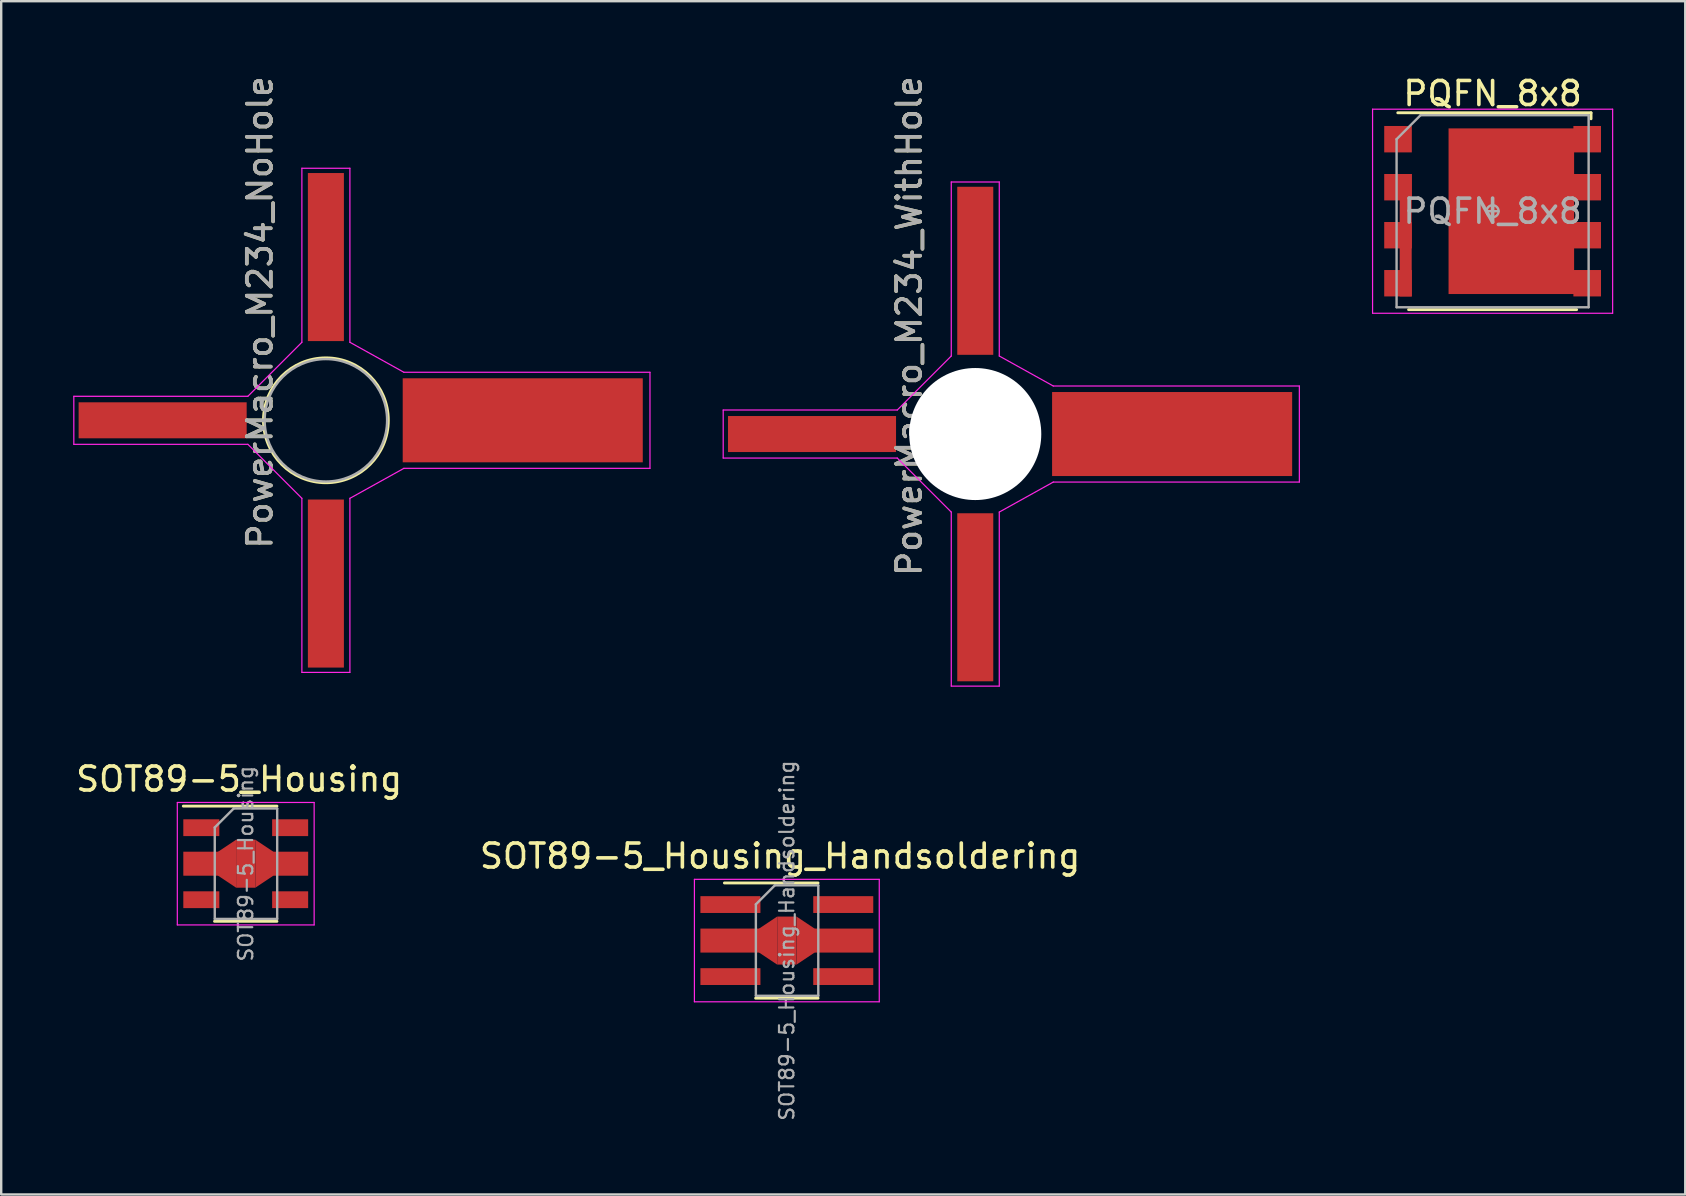
<source format=kicad_pcb>
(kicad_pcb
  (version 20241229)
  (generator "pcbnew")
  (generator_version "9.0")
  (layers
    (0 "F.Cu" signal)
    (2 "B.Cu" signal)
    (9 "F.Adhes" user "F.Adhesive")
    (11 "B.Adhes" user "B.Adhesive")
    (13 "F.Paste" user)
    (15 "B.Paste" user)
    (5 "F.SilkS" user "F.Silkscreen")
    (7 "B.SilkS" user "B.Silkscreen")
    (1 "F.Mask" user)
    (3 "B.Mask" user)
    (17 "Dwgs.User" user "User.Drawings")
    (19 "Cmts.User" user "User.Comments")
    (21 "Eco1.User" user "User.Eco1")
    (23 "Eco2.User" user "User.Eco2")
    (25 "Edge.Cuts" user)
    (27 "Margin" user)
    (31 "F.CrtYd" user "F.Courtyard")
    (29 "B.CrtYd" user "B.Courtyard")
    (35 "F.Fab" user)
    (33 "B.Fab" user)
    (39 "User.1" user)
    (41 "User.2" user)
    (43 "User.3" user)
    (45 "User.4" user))
  (footprint "PQFN_8x8"
    (layer "F.Cu")
    (at 59.125 5.748)
    (property "Reference" "PQFN_8x8" (at 0 -4.9 0) (layer "F.SilkS") (effects (font (size 1 1) (thickness 0.15))))
    (attr smd)
    (fp_line (start 3.5 4.1) (end -3.5 4.1) (stroke (width 0.12) (type solid)) (layer "F.SilkS"))
    (fp_line (start 4.1 -4.1) (end -3.95 -4.1) (stroke (width 0.12) (type solid)) (layer "F.SilkS"))
    (fp_line (start 4.1 -3.85) (end 4.1 -4.1) (stroke (width 0.12) (type solid)) (layer "F.SilkS"))
    (fp_line (start -5 -4.25) (end 5 -4.25) (stroke (width 0.05) (type solid)) (layer "F.CrtYd"))
    (fp_line (start -5 4.25) (end -5 -4.25) (stroke (width 0.05) (type solid)) (layer "F.CrtYd"))
    (fp_line (start 5 -4.25) (end 5 4.25) (stroke (width 0.05) (type solid)) (layer "F.CrtYd"))
    (fp_line (start 5 4.25) (end -5 4.25) (stroke (width 0.05) (type solid)) (layer "F.CrtYd"))
    (fp_line (start -4 4) (end -4 -3) (stroke (width 0.1) (type solid)) (layer "F.Fab"))
    (fp_line (start -3 -4) (end -4 -3) (stroke (width 0.1) (type solid)) (layer "F.Fab"))
    (fp_line (start -3 -4) (end 4 -4) (stroke (width 0.1) (type solid)) (layer "F.Fab"))
    (fp_line (start 0 0.25) (end 0 -0.25) (stroke (width 0.1) (type solid)) (layer "F.Fab"))
    (fp_line (start 0.25 0) (end -0.25 0) (stroke (width 0.1) (type solid)) (layer "F.Fab"))
    (fp_line (start 4 -4) (end 4 4) (stroke (width 0.1) (type solid)) (layer "F.Fab"))
    (fp_line (start 4 4) (end -4 4) (stroke (width 0.1) (type solid)) (layer "F.Fab"))
    (fp_circle (center 0 0) (end 0 0.25) (stroke (width 0.1) (type solid)) (fill no) (layer "F.Fab"))
    (fp_text user "${REFERENCE}" (at 0 0 0) (layer "F.Fab") (effects (font (size 1 1) (thickness 0.15))))
    (pad "1" smd rect (at -3.94 -3 270) (size 1.1 1.15) (layers "F.Cu" "F.Mask" "F.Paste"))
    (pad "2" smd rect (at -3.94 -1 270) (size 1.1 1.15) (layers "F.Cu" "F.Mask" "F.Paste"))
    (pad "2" smd rect (at -3.94 1 270) (size 1.1 1.15) (layers "F.Cu" "F.Mask" "F.Paste"))
    (pad "2" smd rect (at -3.94 3 270) (size 1.1 1.15) (layers "F.Cu" "F.Mask" "F.Paste"))
    (pad "2" smd rect (at -3.62 1 270) (size 5.1 0.5) (layers "F.Cu" "F.Mask" "F.Paste"))
    (pad "3" smd rect (at -0.5 -2.25 270) (size 1.5 1.5) (layers "F.Cu" "F.Mask" "F.Paste"))
    (pad "3" smd rect (at -0.5 0 270) (size 1.5 1.5) (layers "F.Cu" "F.Mask" "F.Paste"))
    (pad "3" smd rect (at -0.5 2.25 270) (size 1.5 1.5) (layers "F.Cu" "F.Mask" "F.Paste"))
    (pad "3" smd rect (at 0.78 0 270) (size 6.9 5.23) (layers "F.Cu" "F.Mask" "F.Paste"))
    (pad "3" smd rect (at 2 -2.25 270) (size 1.5 1.5) (layers "F.Cu" "F.Mask" "F.Paste"))
    (pad "3" smd rect (at 2 0 270) (size 1.5 1.5) (layers "F.Cu" "F.Mask" "F.Paste"))
    (pad "3" smd rect (at 2 2.25 270) (size 1.5 1.5) (layers "F.Cu" "F.Mask" "F.Paste"))
    (pad "3" smd rect (at 3.94 -3 270) (size 1.1 1.15) (layers "F.Cu" "F.Mask" "F.Paste"))
    (pad "3" smd rect (at 3.94 -1 270) (size 1.1 1.15) (layers "F.Cu" "F.Mask" "F.Paste"))
    (pad "3" smd rect (at 3.94 1 270) (size 1.1 1.15) (layers "F.Cu" "F.Mask" "F.Paste"))
    (pad "3" smd rect (at 3.94 3 270) (size 1.1 1.15) (layers "F.Cu" "F.Mask" "F.Paste")))
  (footprint "PowerMacro_M234_NoHole"
    (layer "F.Cu")
    (at 11.225 14.458)
    (property "Reference" "PowerMacro_M234_NoHole" (at -3.45 -4.5 90) (layer "F.SilkS") (effects (font (size 1 1) (thickness 0.15))))
    (attr smd)
    (fp_circle (center -0.7 0) (end -0.7 -2.6) (stroke (width 0.12) (type solid)) (fill no) (layer "F.SilkS"))
    (fp_line (start -11.2 -1) (end -11.2 1) (stroke (width 0.05) (type solid)) (layer "F.CrtYd"))
    (fp_line (start -11.2 1) (end -3.95 1) (stroke (width 0.05) (type solid)) (layer "F.CrtYd"))
    (fp_line (start -3.95 -1) (end -11.2 -1) (stroke (width 0.05) (type solid)) (layer "F.CrtYd"))
    (fp_line (start -3.95 1) (end -1.7 3.25) (stroke (width 0.05) (type solid)) (layer "F.CrtYd"))
    (fp_line (start -1.7 -10.5) (end -1.7 -3.25) (stroke (width 0.05) (type solid)) (layer "F.CrtYd"))
    (fp_line (start -1.7 -3.25) (end -3.95 -1) (stroke (width 0.05) (type solid)) (layer "F.CrtYd"))
    (fp_line (start -1.7 3.25) (end -1.7 10.5) (stroke (width 0.05) (type solid)) (layer "F.CrtYd"))
    (fp_line (start -1.7 10.5) (end 0.3 10.5) (stroke (width 0.05) (type solid)) (layer "F.CrtYd"))
    (fp_line (start 0.3 -10.5) (end -1.7 -10.5) (stroke (width 0.05) (type solid)) (layer "F.CrtYd"))
    (fp_line (start 0.3 -3.25) (end 0.3 -10.5) (stroke (width 0.05) (type solid)) (layer "F.CrtYd"))
    (fp_line (start 0.3 3.25) (end 2.55 2) (stroke (width 0.05) (type solid)) (layer "F.CrtYd"))
    (fp_line (start 0.3 10.5) (end 0.3 3.25) (stroke (width 0.05) (type solid)) (layer "F.CrtYd"))
    (fp_line (start 2.55 -2) (end 0.3 -3.25) (stroke (width 0.05) (type solid)) (layer "F.CrtYd"))
    (fp_line (start 2.55 2) (end 12.8 2) (stroke (width 0.05) (type solid)) (layer "F.CrtYd"))
    (fp_line (start 12.8 -2) (end 2.55 -2) (stroke (width 0.05) (type solid)) (layer "F.CrtYd"))
    (fp_line (start 12.8 2) (end 12.8 -2) (stroke (width 0.05) (type solid)) (layer "F.CrtYd"))
    (fp_circle (center -0.7 0) (end -0.7 -2.55) (stroke (width 0.1) (type solid)) (fill no) (layer "F.Fab"))
    (fp_text user "${REFERENCE}" (at -3.45 -4.5 90) (layer "F.Fab") (effects (font (size 1 1) (thickness 0.15))))
    (pad "1" smd rect (at -7.5 0 90) (size 1.5 7) (layers "F.Cu" "F.Mask" "F.Paste"))
    (pad "2" smd rect (at -0.7 6.8 90) (size 7 1.5) (layers "F.Cu" "F.Mask" "F.Paste"))
    (pad "3" smd rect (at 7.5 0 90) (size 3.5 10) (layers "F.Cu" "F.Mask" "F.Paste"))
    (pad "4" smd rect (at -0.7 -6.8 90) (size 7 1.5) (layers "F.Cu" "F.Mask" "F.Paste")))
  (footprint "SOT89-5_Housing"
    (layer "F.Cu")
    (at 7.186 32.928)
    (property "Reference" "SOT89-5_Housing" (at -0.275 -3.525 0) (layer "F.SilkS") (effects (font (size 1 1) (thickness 0.15))))
    (attr smd)
    (fp_line (start -2.6 -2.4) (end 1.3 -2.4) (stroke (width 0.12) (type solid)) (layer "F.SilkS"))
    (fp_line (start 1.3 2.4) (end -1.3 2.4) (stroke (width 0.12) (type solid)) (layer "F.SilkS"))
    (fp_line (start -2.85 2.55) (end -2.85 -2.55) (stroke (width 0.05) (type solid)) (layer "F.CrtYd"))
    (fp_line (start -2.85 2.55) (end 2.85 2.55) (stroke (width 0.05) (type solid)) (layer "F.CrtYd"))
    (fp_line (start 2.85 -2.55) (end -2.85 -2.55) (stroke (width 0.05) (type solid)) (layer "F.CrtYd"))
    (fp_line (start 2.85 -2.55) (end 2.85 2.55) (stroke (width 0.05) (type solid)) (layer "F.CrtYd"))
    (fp_line (start -1.29 -1.51) (end -0.5 -2.3) (stroke (width 0.1) (type solid)) (layer "F.Fab"))
    (fp_line (start -1.29 2.3) (end -1.29 -1.51) (stroke (width 0.1) (type solid)) (layer "F.Fab"))
    (fp_line (start -0.5 -2.3) (end 1.31 -2.3) (stroke (width 0.1) (type solid)) (layer "F.Fab"))
    (fp_line (start 1.31 -2.3) (end 1.31 2.3) (stroke (width 0.1) (type solid)) (layer "F.Fab"))
    (fp_line (start 1.31 2.3) (end -1.29 2.3) (stroke (width 0.1) (type solid)) (layer "F.Fab"))
    (fp_text user "${REFERENCE}" (at 0 0 90) (layer "F.Fab") (effects (font (size 0.6 0.6) (thickness 0.09))))
    (pad "1" smd rect (at -1.85 -1.5 270) (size 0.7 1.5) (layers "F.Cu" "F.Mask" "F.Paste"))
    (pad "2" smd rect (at -1.85 0 270) (size 1 1.5) (layers "F.Cu" "F.Mask" "F.Paste"))
    (pad "2" smd trapezoid (at -0.775 0 90) (size 1.5 0.75) (rect_delta 0 0.5) (layers "F.Cu" "F.Mask" "F.Paste"))
    (pad "2" smd rect (at 0 0 270) (size 2 0.8) (layers "F.Cu" "F.Mask" "F.Paste"))
    (pad "2" smd trapezoid (at 0.775 0 270) (size 1.5 0.75) (rect_delta 0 0.5) (layers "F.Cu" "F.Mask" "F.Paste"))
    (pad "2" smd rect (at 1.85 0 270) (size 1 1.5) (layers "F.Cu" "F.Mask" "F.Paste"))
    (pad "3" smd rect (at -1.85 1.5 270) (size 0.7 1.5) (layers "F.Cu" "F.Mask" "F.Paste"))
    (pad "4" smd rect (at 1.85 1.5 270) (size 0.7 1.5) (layers "F.Cu" "F.Mask" "F.Paste"))
    (pad "5" smd rect (at 1.85 -1.5 270) (size 0.7 1.5) (layers "F.Cu" "F.Mask" "F.Paste")))
  (footprint "PowerMacro_M234_WithHole"
    (layer "F.Cu")
    (at 38.275 15.03)
    (property "Reference" "PowerMacro_M234_WithHole" (at -3.45 -4.5 90) (layer "F.SilkS") (effects (font (size 1 1) (thickness 0.15))))
    (attr smd)
    (fp_line (start -11.2 -1) (end -11.2 1) (stroke (width 0.05) (type solid)) (layer "F.CrtYd"))
    (fp_line (start -11.2 1) (end -3.95 1) (stroke (width 0.05) (type solid)) (layer "F.CrtYd"))
    (fp_line (start -3.95 -1) (end -11.2 -1) (stroke (width 0.05) (type solid)) (layer "F.CrtYd"))
    (fp_line (start -3.95 1) (end -1.7 3.25) (stroke (width 0.05) (type solid)) (layer "F.CrtYd"))
    (fp_line (start -1.7 -10.5) (end -1.7 -3.25) (stroke (width 0.05) (type solid)) (layer "F.CrtYd"))
    (fp_line (start -1.7 -3.25) (end -3.95 -1) (stroke (width 0.05) (type solid)) (layer "F.CrtYd"))
    (fp_line (start -1.7 3.25) (end -1.7 10.5) (stroke (width 0.05) (type solid)) (layer "F.CrtYd"))
    (fp_line (start -1.7 10.5) (end 0.3 10.5) (stroke (width 0.05) (type solid)) (layer "F.CrtYd"))
    (fp_line (start 0.3 -10.5) (end -1.7 -10.5) (stroke (width 0.05) (type solid)) (layer "F.CrtYd"))
    (fp_line (start 0.3 -3.25) (end 0.3 -10.5) (stroke (width 0.05) (type solid)) (layer "F.CrtYd"))
    (fp_line (start 0.3 3.25) (end 2.55 2) (stroke (width 0.05) (type solid)) (layer "F.CrtYd"))
    (fp_line (start 0.3 10.5) (end 0.3 3.25) (stroke (width 0.05) (type solid)) (layer "F.CrtYd"))
    (fp_line (start 2.55 -2) (end 0.3 -3.25) (stroke (width 0.05) (type solid)) (layer "F.CrtYd"))
    (fp_line (start 2.55 2) (end 12.8 2) (stroke (width 0.05) (type solid)) (layer "F.CrtYd"))
    (fp_line (start 12.8 -2) (end 2.55 -2) (stroke (width 0.05) (type solid)) (layer "F.CrtYd"))
    (fp_line (start 12.8 2) (end 12.8 -2) (stroke (width 0.05) (type solid)) (layer "F.CrtYd"))
    (fp_circle (center -0.7 0) (end -0.7 -2.55) (stroke (width 0.1) (type solid)) (fill no) (layer "F.Fab"))
    (fp_text user "${REFERENCE}" (at -3.45 -4.5 90) (layer "F.Fab") (effects (font (size 1 1) (thickness 0.15))))
    (pad "" np_thru_hole circle (at -0.7 0 90) (size 5.5 5.5) (drill 5.5) (layers "*.Cu" "*.Mask"))
    (pad "1" smd rect (at -7.5 0 90) (size 1.5 7) (layers "F.Cu" "F.Mask" "F.Paste"))
    (pad "2" smd rect (at -0.7 6.8 90) (size 7 1.5) (layers "F.Cu" "F.Mask" "F.Paste"))
    (pad "3" smd rect (at 7.5 0 90) (size 3.5 10) (layers "F.Cu" "F.Mask" "F.Paste"))
    (pad "4" smd rect (at -0.7 -6.8 90) (size 7 1.5) (layers "F.Cu" "F.Mask" "F.Paste")))
  (footprint "SOT89-5_Housing_Handsoldering"
    (layer "F.Cu")
    (at 29.726 36.13)
    (property "Reference" "SOT89-5_Housing_Handsoldering" (at -0.28 -3.52 0) (layer "F.SilkS") (effects (font (size 1 1) (thickness 0.15))))
    (attr smd)
    (fp_line (start -2.6 -2.4) (end 1.3 -2.4) (stroke (width 0.12) (type solid)) (layer "F.SilkS"))
    (fp_line (start 1.3 2.4) (end -1.3 2.4) (stroke (width 0.12) (type solid)) (layer "F.SilkS"))
    (fp_line (start -3.85 -2.55) (end 3.85 -2.55) (stroke (width 0.05) (type solid)) (layer "F.CrtYd"))
    (fp_line (start -3.85 2.55) (end -3.85 -2.55) (stroke (width 0.05) (type solid)) (layer "F.CrtYd"))
    (fp_line (start -3.85 2.55) (end 3.85 2.55) (stroke (width 0.05) (type solid)) (layer "F.CrtYd"))
    (fp_line (start 3.85 -2.55) (end 3.85 2.55) (stroke (width 0.05) (type solid)) (layer "F.CrtYd"))
    (fp_line (start -1.29 -1.51) (end -0.5 -2.3) (stroke (width 0.1) (type solid)) (layer "F.Fab"))
    (fp_line (start -1.29 2.3) (end -1.29 -1.51) (stroke (width 0.1) (type solid)) (layer "F.Fab"))
    (fp_line (start -0.5 -2.3) (end 1.31 -2.3) (stroke (width 0.1) (type solid)) (layer "F.Fab"))
    (fp_line (start 1.31 -2.3) (end 1.31 2.3) (stroke (width 0.1) (type solid)) (layer "F.Fab"))
    (fp_line (start 1.31 2.3) (end -1.29 2.3) (stroke (width 0.1) (type solid)) (layer "F.Fab"))
    (fp_text user "${REFERENCE}" (at 0 0 90) (layer "F.Fab") (effects (font (size 0.6 0.6) (thickness 0.09))))
    (pad "1" smd rect (at -2.35 -1.5 270) (size 0.7 2.5) (layers "F.Cu" "F.Mask" "F.Paste"))
    (pad "2" smd rect (at -2.35 0 270) (size 1 2.5) (layers "F.Cu" "F.Mask" "F.Paste"))
    (pad "2" smd trapezoid (at -0.78 0 90) (size 1.5 0.75) (rect_delta 0 0.5) (layers "F.Cu" "F.Mask" "F.Paste"))
    (pad "2" smd rect (at 0 0 270) (size 2 0.8) (layers "F.Cu" "F.Mask" "F.Paste"))
    (pad "2" smd trapezoid (at 0.78 0 270) (size 1.5 0.75) (rect_delta 0 0.5) (layers "F.Cu" "F.Mask" "F.Paste"))
    (pad "2" smd rect (at 2.35 0 270) (size 1 2.5) (layers "F.Cu" "F.Mask" "F.Paste"))
    (pad "3" smd rect (at -2.35 1.5 270) (size 0.7 2.5) (layers "F.Cu" "F.Mask" "F.Paste"))
    (pad "4" smd rect (at 2.35 1.5 270) (size 0.7 2.5) (layers "F.Cu" "F.Mask" "F.Paste"))
    (pad "5" smd rect (at 2.35 -1.5 270) (size 0.7 2.5) (layers "F.Cu" "F.Mask" "F.Paste")))
  (gr_rect
    (start -3 -3)
    (end 67.15 46.705)
    (stroke (width 0.1) (type default))
    (fill no)
    (layer "Edge.Cuts")))
</source>
